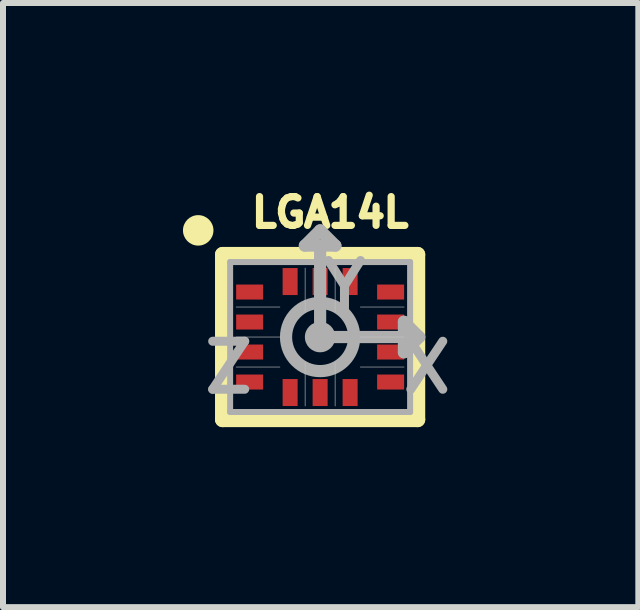
<source format=kicad_pcb>
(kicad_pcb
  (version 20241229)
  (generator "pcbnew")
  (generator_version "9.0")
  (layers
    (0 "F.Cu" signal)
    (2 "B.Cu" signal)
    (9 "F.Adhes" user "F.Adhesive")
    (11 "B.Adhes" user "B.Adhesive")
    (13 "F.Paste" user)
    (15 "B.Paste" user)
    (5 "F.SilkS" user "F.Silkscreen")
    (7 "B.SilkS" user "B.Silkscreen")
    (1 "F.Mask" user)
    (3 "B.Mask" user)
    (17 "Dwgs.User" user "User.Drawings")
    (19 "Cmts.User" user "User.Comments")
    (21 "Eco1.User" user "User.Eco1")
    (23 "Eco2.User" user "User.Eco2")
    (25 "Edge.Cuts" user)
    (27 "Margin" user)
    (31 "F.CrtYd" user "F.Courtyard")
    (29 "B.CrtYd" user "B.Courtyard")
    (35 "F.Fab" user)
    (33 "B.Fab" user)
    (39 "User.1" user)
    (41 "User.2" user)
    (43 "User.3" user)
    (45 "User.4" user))
  (footprint "LGA14L"
    (layer "F.Cu")
    (at 2.286 2.568)
    (property "Reference" "LGA14L" (at 0.167 -2.077 0) (layer "F.SilkS") (effects (font (size 0.48 0.48) (thickness 0.15))))
    (attr smd)
    (fp_line (start -1.625 -1.375) (end 1.625 -1.375) (stroke (width 0.254) (type solid)) (layer "F.SilkS"))
    (fp_line (start -1.625 1.375) (end -1.625 -1.375) (stroke (width 0.254) (type solid)) (layer "F.SilkS"))
    (fp_line (start 1.625 -1.375) (end 1.625 1.375) (stroke (width 0.254) (type solid)) (layer "F.SilkS"))
    (fp_line (start 1.625 1.375) (end -1.625 1.375) (stroke (width 0.254) (type solid)) (layer "F.SilkS"))
    (fp_circle (center -2.032 -1.778) (end -1.778 -1.778) (stroke (width 0) (type solid)) (fill yes) (layer "F.SilkS"))
    (fp_line (start -1.4 -0.5) (end -0.67 -0.5) (stroke (width 0.01) (type solid)) (layer "Dwgs.User"))
    (fp_line (start -1.4 0) (end -0.67 0) (stroke (width 0.01) (type solid)) (layer "Dwgs.User"))
    (fp_line (start -1.4 0.5) (end -0.67 0.5) (stroke (width 0.01) (type solid)) (layer "Dwgs.User"))
    (fp_line (start -0.25 -1.15) (end -0.25 -0.42) (stroke (width 0.01) (type solid)) (layer "Dwgs.User"))
    (fp_line (start -0.25 0.42) (end -0.25 1.15) (stroke (width 0.01) (type solid)) (layer "Dwgs.User"))
    (fp_line (start 0.25 -1.15) (end 0.25 -0.42) (stroke (width 0.01) (type solid)) (layer "Dwgs.User"))
    (fp_line (start 0.25 0.42) (end 0.25 1.15) (stroke (width 0.01) (type solid)) (layer "Dwgs.User"))
    (fp_line (start 0.67 -0.5) (end 1.4 -0.5) (stroke (width 0.01) (type solid)) (layer "Dwgs.User"))
    (fp_line (start 0.67 0) (end 1.4 0) (stroke (width 0.01) (type solid)) (layer "Dwgs.User"))
    (fp_line (start 0.67 0.5) (end 1.4 0.5) (stroke (width 0.01) (type solid)) (layer "Dwgs.User"))
    (fp_line (start -1.5 -1.25) (end -1.5 1.25) (stroke (width 0.1) (type solid)) (layer "F.Fab"))
    (fp_line (start -1.5 1.25) (end 1.5 1.25) (stroke (width 0.1) (type solid)) (layer "F.Fab"))
    (fp_line (start -0.254 -1.524) (end 0 -1.778) (stroke (width 0.203) (type solid)) (layer "F.Fab"))
    (fp_line (start 0 -1.778) (end 0.254 -1.524) (stroke (width 0.203) (type solid)) (layer "F.Fab"))
    (fp_line (start 0 -1.524) (end -0.254 -1.524) (stroke (width 0.203) (type solid)) (layer "F.Fab"))
    (fp_line (start 0 -0.254) (end 0 -1.524) (stroke (width 0.203) (type solid)) (layer "F.Fab"))
    (fp_line (start 0.127 0) (end 1.397 0) (stroke (width 0.203) (type solid)) (layer "F.Fab"))
    (fp_line (start 0.254 -1.524) (end 0 -1.524) (stroke (width 0.203) (type solid)) (layer "F.Fab"))
    (fp_line (start 1.397 -0.254) (end 1.651 0) (stroke (width 0.203) (type solid)) (layer "F.Fab"))
    (fp_line (start 1.397 0) (end 1.397 -0.254) (stroke (width 0.203) (type solid)) (layer "F.Fab"))
    (fp_line (start 1.397 0.254) (end 1.397 0) (stroke (width 0.203) (type solid)) (layer "F.Fab"))
    (fp_line (start 1.5 -1.25) (end -1.5 -1.25) (stroke (width 0.1) (type solid)) (layer "F.Fab"))
    (fp_line (start 1.5 1.25) (end 1.5 -1.25) (stroke (width 0.1) (type solid)) (layer "F.Fab"))
    (fp_line (start 1.651 0) (end 1.397 0.254) (stroke (width 0.203) (type solid)) (layer "F.Fab"))
    (fp_circle (center 0 0) (end 0.254 0) (stroke (width 0) (type solid)) (fill yes) (layer "F.Fab"))
    (fp_circle (center 0 0) (end 0.568 0) (stroke (width 0.203) (type solid)) (fill no) (layer "F.Fab"))
    (fp_text user "X" (at 1.778 0.508 0) (layer "F.Fab") (effects (font (size 0.8 0.8) (thickness 0.15))))
    (fp_text user "Z" (at -1.524 0.508 0) (layer "F.Fab") (effects (font (size 0.8 0.8) (thickness 0.15))))
    (fp_text user "Y" (at 0.406 -0.838 0) (layer "F.Fab") (effects (font (size 0.8 0.8) (thickness 0.15))))
    (pad "1" smd rect (at -1.175 -0.75) (size 0.45 0.25) (layers "F.Cu" "F.Mask" "F.Paste"))
    (pad "2" smd rect (at -1.175 -0.25) (size 0.45 0.25) (layers "F.Cu" "F.Mask" "F.Paste"))
    (pad "3" smd rect (at -1.175 0.25) (size 0.45 0.25) (layers "F.Cu" "F.Mask" "F.Paste"))
    (pad "4" smd rect (at -1.175 0.75) (size 0.45 0.25) (layers "F.Cu" "F.Mask" "F.Paste"))
    (pad "5" smd rect (at -0.5 0.925) (size 0.25 0.45) (layers "F.Cu" "F.Mask" "F.Paste"))
    (pad "6" smd rect (at 0 0.925) (size 0.25 0.45) (layers "F.Cu" "F.Mask" "F.Paste"))
    (pad "7" smd rect (at 0.5 0.925) (size 0.25 0.45) (layers "F.Cu" "F.Mask" "F.Paste"))
    (pad "8" smd rect (at 1.175 0.75) (size 0.45 0.25) (layers "F.Cu" "F.Mask" "F.Paste"))
    (pad "9" smd rect (at 1.175 0.25) (size 0.45 0.25) (layers "F.Cu" "F.Mask" "F.Paste"))
    (pad "10" smd rect (at 1.175 -0.25) (size 0.45 0.25) (layers "F.Cu" "F.Mask" "F.Paste"))
    (pad "11" smd rect (at 1.175 -0.75) (size 0.45 0.25) (layers "F.Cu" "F.Mask" "F.Paste"))
    (pad "12" smd rect (at 0.5 -0.925) (size 0.25 0.45) (layers "F.Cu" "F.Mask" "F.Paste"))
    (pad "13" smd rect (at 0 -0.925) (size 0.25 0.45) (layers "F.Cu" "F.Mask" "F.Paste"))
    (pad "14" smd rect (at -0.5 -0.925) (size 0.25 0.45) (layers "F.Cu" "F.Mask" "F.Paste"))
    (zone (net_name "") (layer "F.Cu") (hatch full 0.508) (connect_pads) (min_thickness 0.01) (filled_areas_thickness no) (keepout (tracks not_allowed) (vias not_allowed) (pads not_allowed) (copperpour not_allowed) (footprints allowed)) (placement (enabled no)) (fill) (polygon (pts (xy 0.786 1.318) (xy 1.546 1.318) (xy 1.546 1.588) (xy 0.786 1.588))))
    (zone (net_name "") (layer "F.Cu") (hatch full 0.508) (connect_pads) (min_thickness 0.01) (filled_areas_thickness no) (keepout (tracks not_allowed) (vias not_allowed) (pads not_allowed) (copperpour not_allowed) (footprints allowed)) (placement (enabled no)) (fill) (polygon (pts (xy 0.786 3.548) (xy 1.546 3.548) (xy 1.546 3.818) (xy 0.786 3.818))))
    (zone (net_name "") (layer "F.Cu") (hatch full 0.508) (connect_pads) (min_thickness 0.01) (filled_areas_thickness no) (keepout (tracks not_allowed) (vias not_allowed) (pads not_allowed) (copperpour not_allowed) (footprints allowed)) (placement (enabled no)) (fill) (polygon (pts (xy 1.456 1.588) (xy 1.546 1.588) (xy 1.546 1.988) (xy 1.456 1.988))))
    (zone (net_name "") (layer "F.Cu") (hatch full 0.508) (connect_pads) (min_thickness 0.01) (filled_areas_thickness no) (keepout (tracks not_allowed) (vias not_allowed) (pads not_allowed) (copperpour not_allowed) (footprints allowed)) (placement (enabled no)) (fill) (polygon (pts (xy 1.456 1.988) (xy 3.116 1.988) (xy 3.116 3.148) (xy 1.456 3.148))))
    (zone (net_name "") (layer "F.Cu") (hatch full 0.508) (connect_pads) (min_thickness 0.01) (filled_areas_thickness no) (keepout (tracks not_allowed) (vias not_allowed) (pads not_allowed) (copperpour not_allowed) (footprints allowed)) (placement (enabled no)) (fill) (polygon (pts (xy 1.456 3.148) (xy 1.546 3.148) (xy 1.546 3.548) (xy 1.456 3.548))))
    (zone (net_name "") (layer "F.Cu") (hatch full 0.508) (connect_pads) (min_thickness 0.01) (filled_areas_thickness no) (keepout (tracks not_allowed) (vias not_allowed) (pads not_allowed) (copperpour not_allowed) (footprints allowed)) (placement (enabled no)) (fill) (polygon (pts (xy 3.026 1.318) (xy 3.786 1.318) (xy 3.786 1.588) (xy 3.026 1.588))))
    (zone (net_name "") (layer "F.Cu") (hatch full 0.508) (connect_pads) (min_thickness 0.01) (filled_areas_thickness no) (keepout (tracks not_allowed) (vias not_allowed) (pads not_allowed) (copperpour not_allowed) (footprints allowed)) (placement (enabled no)) (fill) (polygon (pts (xy 3.026 1.588) (xy 3.116 1.588) (xy 3.116 1.988) (xy 3.026 1.988))))
    (zone (net_name "") (layer "F.Cu") (hatch full 0.508) (connect_pads) (min_thickness 0.01) (filled_areas_thickness no) (keepout (tracks not_allowed) (vias not_allowed) (pads not_allowed) (copperpour not_allowed) (footprints allowed)) (placement (enabled no)) (fill) (polygon (pts (xy 3.026 3.148) (xy 3.116 3.148) (xy 3.116 3.548) (xy 3.026 3.548))))
    (zone (net_name "") (layer "F.Cu") (hatch full 0.508) (connect_pads) (min_thickness 0.01) (filled_areas_thickness no) (keepout (tracks not_allowed) (vias not_allowed) (pads not_allowed) (copperpour not_allowed) (footprints allowed)) (placement (enabled no)) (fill) (polygon (pts (xy 3.026 3.548) (xy 3.786 3.548) (xy 3.786 3.818) (xy 3.026 3.818)))))
  (gr_rect
    (start -3 -3)
    (end 7.59 7.07)
    (stroke (width 0.1) (type default))
    (fill no)
    (layer "Edge.Cuts")))
</source>
